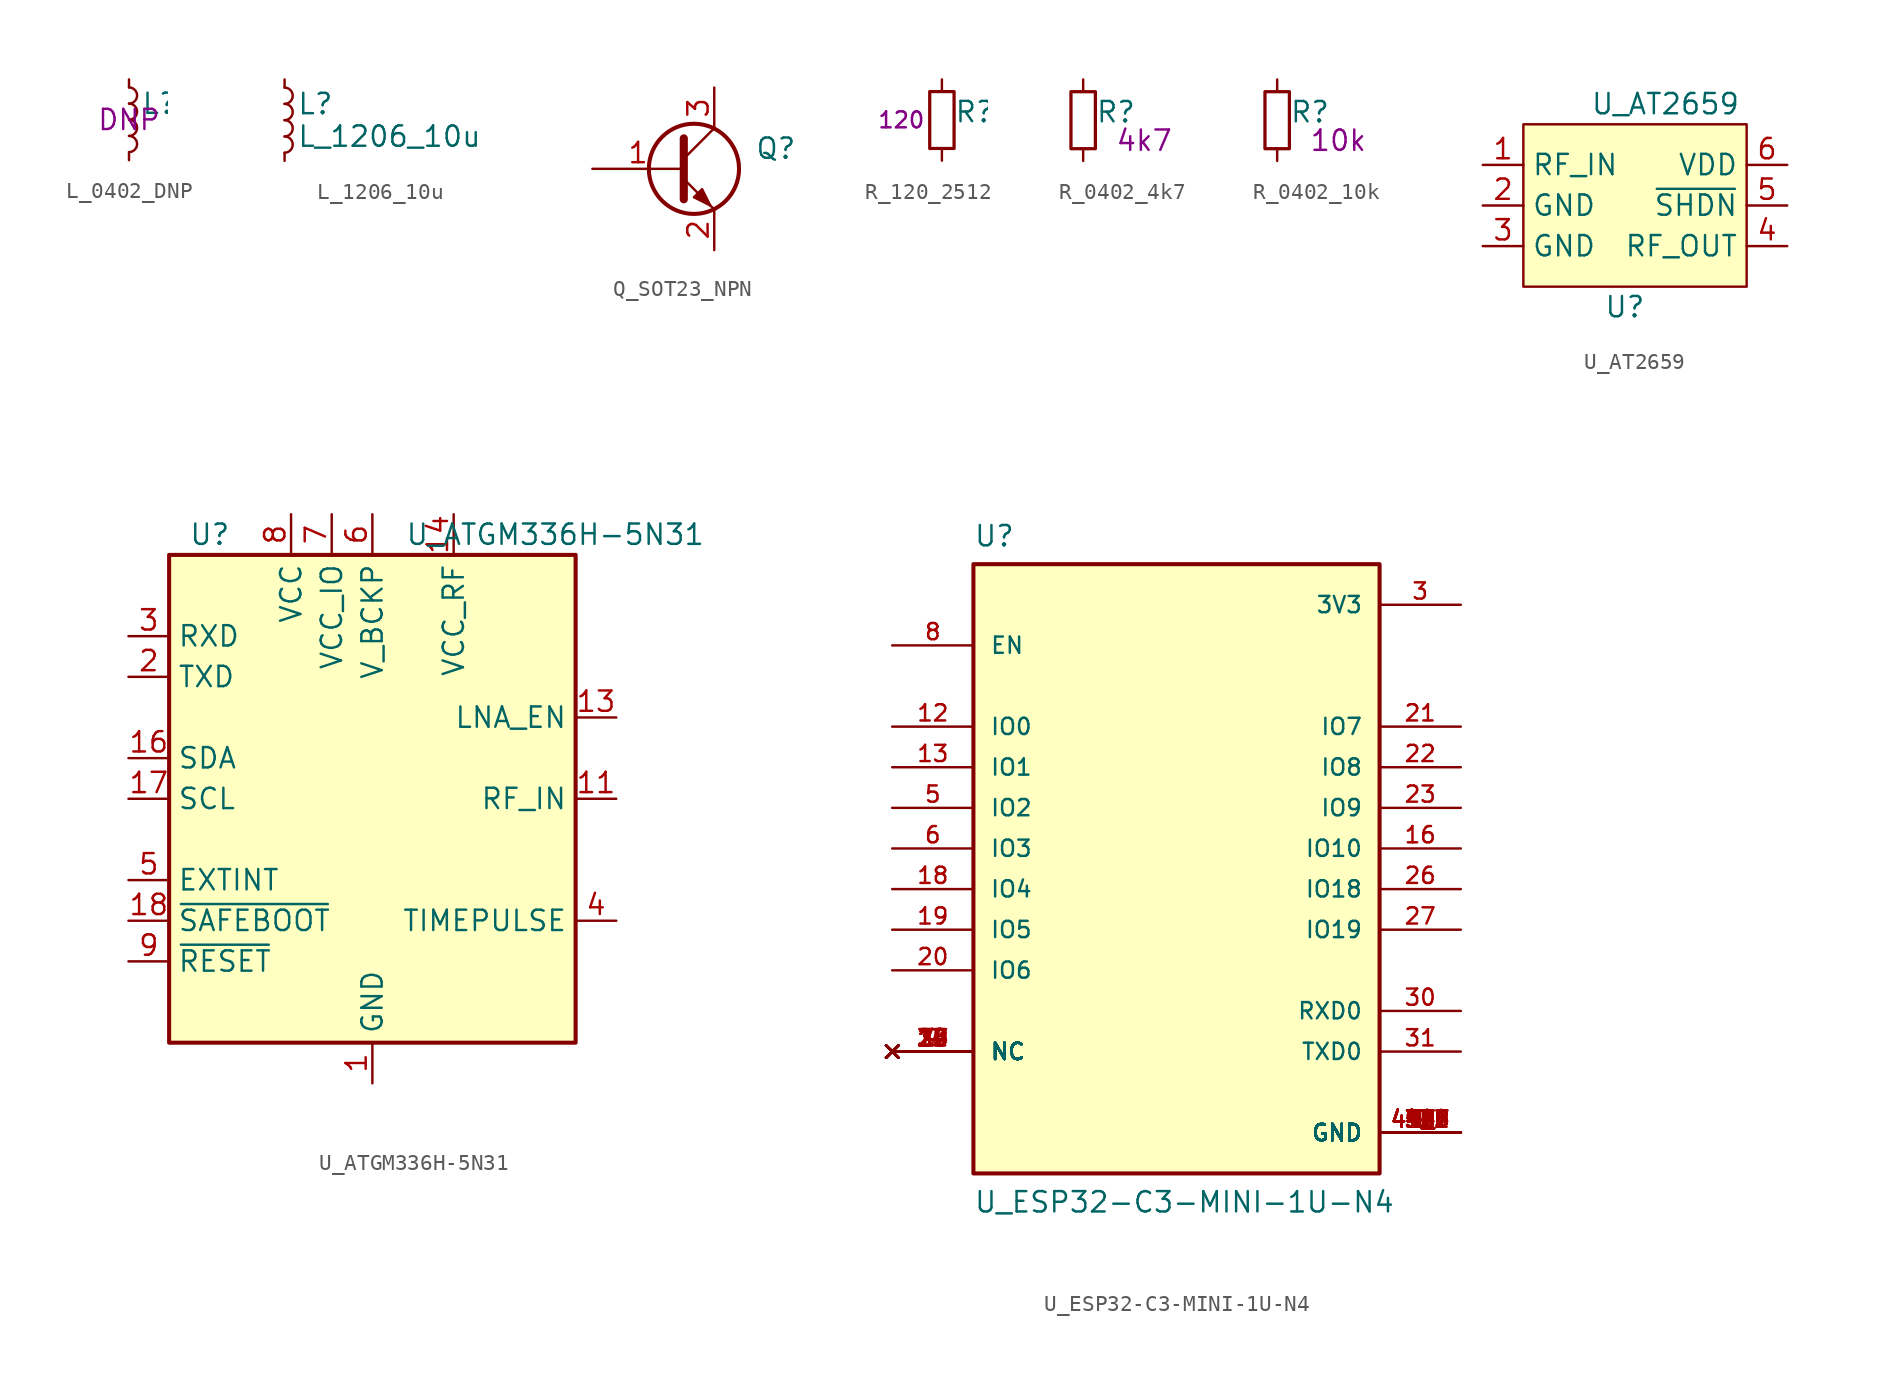
<source format=kicad_sym>
(kicad_symbol_lib
  (version 20211014)
  (generator kicad_symbol_editor)
  (symbol "L_0402_DNP"
    (pin_numbers hide)
    (pin_names
      (offset 0.254) hide)
    (property "Reference" "L"
      (at 0.762 1.016 0)
      (effects (font (size 1.27 1.27)) (justify left)))
    (property "Inductance" "DNP"
      (at 0 0 0)
      (effects (font (size 1.27 1.27))))
    (symbol "L_0402_DNP_0_1"
      (arc (start 0 -2.032) (mid 0.508 -1.524) (end 0 -1.016) (stroke (width 0) (type default) (color 0 0 0 0)) (fill (type none)))
      (arc (start 0 -1.016) (mid 0.508 -0.508) (end 0 0) (stroke (width 0) (type default) (color 0 0 0 0)) (fill (type none)))
      (arc (start 0 0) (mid 0.508 0.508) (end 0 1.016) (stroke (width 0) (type default) (color 0 0 0 0)) (fill (type none)))
      (arc (start 0 1.016) (mid 0.508 1.524) (end 0 2.032) (stroke (width 0) (type default) (color 0 0 0 0)) (fill (type none))))
    (symbol "L_0402_DNP_1_1"
      (pin passive line (at 0 2.54 270) (length 0.508) (name "~" (effects (font (size 1.27 1.27)))) (number "1" (effects (font (size 1.27 1.27)))))
      (pin passive line (at 0 -2.54 90) (length 0.508) (name "~" (effects (font (size 1.27 1.27)))) (number "2" (effects (font (size 1.27 1.27)))))))
  (symbol "L_1206_10u"
    (pin_numbers hide)
    (pin_names
      (offset 0.254) hide)
    (property "Reference" "L"
      (at 0.762 1.016 0)
      (effects (font (size 1.27 1.27)) (justify left)))
    (property "Value" "L_1206_10u"
      (at 0.762 -1.016 0)
      (effects (font (size 1.27 1.27)) (justify left)))
    (symbol "L_1206_10u_0_1"
      (arc (start 0 -2.032) (mid 0.508 -1.524) (end 0 -1.016) (stroke (width 0) (type default) (color 0 0 0 0)) (fill (type none)))
      (arc (start 0 -1.016) (mid 0.508 -0.508) (end 0 0) (stroke (width 0) (type default) (color 0 0 0 0)) (fill (type none)))
      (arc (start 0 0) (mid 0.508 0.508) (end 0 1.016) (stroke (width 0) (type default) (color 0 0 0 0)) (fill (type none)))
      (arc (start 0 1.016) (mid 0.508 1.524) (end 0 2.032) (stroke (width 0) (type default) (color 0 0 0 0)) (fill (type none))))
    (symbol "L_1206_10u_1_1"
      (pin passive line (at 0 2.54 270) (length 0.508) (name "~" (effects (font (size 1.27 1.27)))) (number "1" (effects (font (size 1.27 1.27)))))
      (pin passive line (at 0 -2.54 90) (length 0.508) (name "~" (effects (font (size 1.27 1.27)))) (number "2" (effects (font (size 1.27 1.27)))))))
  (symbol "Q_SOT23_NPN"
    (pin_names
      (offset 0) hide)
    (property "Reference" "Q"
      (at 5.08 1.27 0)
      (effects (font (size 1.27 1.27)) (justify left)))
    (symbol "Q_SOT23_NPN_0_1"
      (polyline (pts (xy 0.635 0.635) (xy 2.54 2.54)) (stroke (width 0) (type default) (color 0 0 0 0)) (fill (type none)))
      (polyline (pts (xy 0.635 -0.635) (xy 2.54 -2.54) (xy 2.54 -2.54)) (stroke (width 0) (type default) (color 0 0 0 0)) (fill (type none)))
      (polyline (pts (xy 0.635 1.905) (xy 0.635 -1.905) (xy 0.635 -1.905)) (stroke (width 0.508) (type default) (color 0 0 0 0)) (fill (type none)))
      (polyline (pts (xy 1.27 -1.778) (xy 1.778 -1.27) (xy 2.286 -2.286) (xy 1.27 -1.778) (xy 1.27 -1.778)) (stroke (width 0) (type default) (color 0 0 0 0)) (fill (type outline)))
      (circle (center 1.27 0) (radius 2.819) (stroke (width 0.254) (type default) (color 0 0 0 0)) (fill (type none))))
    (symbol "Q_SOT23_NPN_1_1"
      (pin input line (at -5.08 0 0) (length 5.715) (name "B" (effects (font (size 1.27 1.27)))) (number "1" (effects (font (size 1.27 1.27)))))
      (pin passive line (at 2.54 -5.08 90) (length 2.54) (name "E" (effects (font (size 1.27 1.27)))) (number "2" (effects (font (size 1.27 1.27)))))
      (pin passive line (at 2.54 5.08 270) (length 2.54) (name "C" (effects (font (size 1.27 1.27)))) (number "3" (effects (font (size 1.27 1.27)))))))
  (symbol "R_120_2512"
    (pin_numbers hide)
    (pin_names
      (offset 0.254) hide)
    (property "Reference" "R"
      (at 0.762 0.508 0)
      (effects (font (size 1.27 1.27)) (justify left)))
    (property "Resistance" "120"
      (at -2.54 0 0)
      (effects (font (size 1 1))))
    (symbol "R_120_2512_0_1"
      (rectangle (start -0.762 1.778) (end 0.762 -1.778) (stroke (width 0.203) (type default) (color 0 0 0 0)) (fill (type none))))
    (symbol "R_120_2512_1_1"
      (pin passive line (at 0 2.54 270) (length 0.762) (name "~" (effects (font (size 1.27 1.27)))) (number "1" (effects (font (size 1.27 1.27)))))
      (pin passive line (at 0 -2.54 90) (length 0.762) (name "~" (effects (font (size 1.27 1.27)))) (number "2" (effects (font (size 1.27 1.27)))))))
  (symbol "R_0402_4k7"
    (pin_numbers hide)
    (pin_names
      (offset 0.254) hide)
    (property "Reference" "R"
      (at 0.762 0.508 0)
      (effects (font (size 1.27 1.27)) (justify left)))
    (property "Resistance" "4k7"
      (at 3.81 -1.27 0)
      (effects (font (size 1.27 1.27))))
    (symbol "R_0402_4k7_0_1"
      (rectangle (start -0.762 1.778) (end 0.762 -1.778) (stroke (width 0.203) (type default) (color 0 0 0 0)) (fill (type none))))
    (symbol "R_0402_4k7_1_1"
      (pin passive line (at 0 2.54 270) (length 0.762) (name "~" (effects (font (size 1.27 1.27)))) (number "1" (effects (font (size 1.27 1.27)))))
      (pin passive line (at 0 -2.54 90) (length 0.762) (name "~" (effects (font (size 1.27 1.27)))) (number "2" (effects (font (size 1.27 1.27)))))))
  (symbol "R_0402_10k"
    (pin_numbers hide)
    (pin_names
      (offset 0.254) hide)
    (property "Reference" "R"
      (at 0.762 0.508 0)
      (effects (font (size 1.27 1.27)) (justify left)))
    (property "Resistance" "10k"
      (at 3.81 -1.27 0)
      (effects (font (size 1.27 1.27))))
    (symbol "R_0402_10k_0_1"
      (rectangle (start -0.762 1.778) (end 0.762 -1.778) (stroke (width 0.203) (type default) (color 0 0 0 0)) (fill (type none))))
    (symbol "R_0402_10k_1_1"
      (pin passive line (at 0 2.54 270) (length 0.762) (name "~" (effects (font (size 1.27 1.27)))) (number "1" (effects (font (size 1.27 1.27)))))
      (pin passive line (at 0 -2.54 90) (length 0.762) (name "~" (effects (font (size 1.27 1.27)))) (number "2" (effects (font (size 1.27 1.27)))))))
  (symbol "U_AT2659"
    (property "Reference" "U"
      (at -1.27 -6.35 0)
      (effects (font (size 1.27 1.27))))
    (property "Value" "U_AT2659"
      (at 1.27 6.35 0)
      (effects (font (size 1.27 1.27))))
    (symbol "U_AT2659_0_0"
      (pin input line (at -10.16 2.54 0) (length 2.54) (name "RF_IN" (effects (font (size 1.27 1.27)))) (number "1" (effects (font (size 1.27 1.27)))))
      (pin power_in line (at -10.16 0 0) (length 2.54) (name "GND" (effects (font (size 1.27 1.27)))) (number "2" (effects (font (size 1.27 1.27)))))
      (pin power_in line (at -10.16 -2.54 0) (length 2.54) (name "GND" (effects (font (size 1.27 1.27)))) (number "3" (effects (font (size 1.27 1.27)))))
      (pin output line (at 8.89 -2.54 180) (length 2.54) (name "RF_OUT" (effects (font (size 1.27 1.27)))) (number "4" (effects (font (size 1.27 1.27)))))
      (pin input line (at 8.89 0 180) (length 2.54) (name "~{SHDN}" (effects (font (size 1.27 1.27)))) (number "5" (effects (font (size 1.27 1.27)))))
      (pin power_in line (at 8.89 2.54 180) (length 2.54) (name "VDD" (effects (font (size 1.27 1.27)))) (number "6" (effects (font (size 1.27 1.27))))))
    (symbol "U_AT2659_0_1"
      (rectangle (start -7.62 5.08) (end 6.35 -5.08) (stroke (width 0) (type default) (color 0 0 0 0)) (fill (type background)))))
  (symbol "U_ATGM336H-5N31"
    (property "Reference" "U"
      (at -10.16 16.51 0)
      (effects (font (size 1.27 1.27))))
    (property "Value" "U_ATGM336H-5N31"
      (at 11.43 16.51 0)
      (effects (font (size 1.27 1.27))))
    (symbol "U_ATGM336H-5N31_0_1"
      (rectangle (start 12.7 15.24) (end -12.7 -15.24) (stroke (width 0.254) (type default) (color 0 0 0 0)) (fill (type background))))
    (symbol "U_ATGM336H-5N31_1_1"
      (pin power_in line (at 0 -17.78 90) (length 2.54) (name "GND" (effects (font (size 1.27 1.27)))) (number "1" (effects (font (size 1.27 1.27)))))
      (pin passive line (at 0 -17.78 90) (length 2.54) hide (name "GND" (effects (font (size 1.27 1.27)))) (number "10" (effects (font (size 1.27 1.27)))))
      (pin input line (at 15.24 0 180) (length 2.54) (name "RF_IN" (effects (font (size 1.27 1.27)))) (number "11" (effects (font (size 1.27 1.27)))))
      (pin passive line (at 0 -17.78 90) (length 2.54) hide (name "GND" (effects (font (size 1.27 1.27)))) (number "12" (effects (font (size 1.27 1.27)))))
      (pin output line (at 15.24 5.08 180) (length 2.54) (name "LNA_EN" (effects (font (size 1.27 1.27)))) (number "13" (effects (font (size 1.27 1.27)))))
      (pin power_out line (at 5.08 17.78 270) (length 2.54) (name "VCC_RF" (effects (font (size 1.27 1.27)))) (number "14" (effects (font (size 1.27 1.27)))))
      (pin no_connect line (at 12.7 -5.08 180) (length 2.54) hide (name "Reserved" (effects (font (size 1.27 1.27)))) (number "15" (effects (font (size 1.27 1.27)))))
      (pin bidirectional line (at -15.24 2.54 0) (length 2.54) (name "SDA" (effects (font (size 1.27 1.27)))) (number "16" (effects (font (size 1.27 1.27)))))
      (pin input line (at -15.24 0 0) (length 2.54) (name "SCL" (effects (font (size 1.27 1.27)))) (number "17" (effects (font (size 1.27 1.27)))))
      (pin input line (at -15.24 -7.62 0) (length 2.54) (name "~{SAFEBOOT}" (effects (font (size 1.27 1.27)))) (number "18" (effects (font (size 1.27 1.27)))))
      (pin output line (at -15.24 7.62 0) (length 2.54) (name "TXD" (effects (font (size 1.27 1.27)))) (number "2" (effects (font (size 1.27 1.27)))))
      (pin input line (at -15.24 10.16 0) (length 2.54) (name "RXD" (effects (font (size 1.27 1.27)))) (number "3" (effects (font (size 1.27 1.27)))))
      (pin output line (at 15.24 -7.62 180) (length 2.54) (name "TIMEPULSE" (effects (font (size 1.27 1.27)))) (number "4" (effects (font (size 1.27 1.27)))))
      (pin input line (at -15.24 -5.08 0) (length 2.54) (name "EXTINT" (effects (font (size 1.27 1.27)))) (number "5" (effects (font (size 1.27 1.27)))))
      (pin power_in line (at 0 17.78 270) (length 2.54) (name "V_BCKP" (effects (font (size 1.27 1.27)))) (number "6" (effects (font (size 1.27 1.27)))))
      (pin power_in line (at -2.54 17.78 270) (length 2.54) (name "VCC_IO" (effects (font (size 1.27 1.27)))) (number "7" (effects (font (size 1.27 1.27)))))
      (pin power_in line (at -5.08 17.78 270) (length 2.54) (name "VCC" (effects (font (size 1.27 1.27)))) (number "8" (effects (font (size 1.27 1.27)))))
      (pin input line (at -15.24 -10.16 0) (length 2.54) (name "~{RESET}" (effects (font (size 1.27 1.27)))) (number "9" (effects (font (size 1.27 1.27)))))))
  (symbol "U_ESP32-C3-MINI-1U-N4"
    (pin_names
      (offset 1.016))
    (property "Reference" "U"
      (at -12.7 18.796 0)
      (effects (font (size 1.27 1.27)) (justify left bottom)))
    (property "Value" "U_ESP32-C3-MINI-1U-N4"
      (at -12.7 -22.86 0)
      (effects (font (size 1.27 1.27)) (justify left bottom)))
    (symbol "U_ESP32-C3-MINI-1U-N4_0_0"
      (rectangle (start -12.7 -20.32) (end 12.7 17.78) (stroke (width 0.254) (type default) (color 0 0 0 0)) (fill (type background)))
      (pin power_in line (at 17.78 -17.78 180) (length 5.08) (name "GND" (effects (font (size 1.016 1.016)))) (number "1" (effects (font (size 1.016 1.016)))))
      (pin no_connect line (at -17.78 -12.7 0) (length 5.08) (name "NC" (effects (font (size 1.016 1.016)))) (number "10" (effects (font (size 1.016 1.016)))))
      (pin power_in line (at 17.78 -17.78 180) (length 5.08) (name "GND" (effects (font (size 1.016 1.016)))) (number "11" (effects (font (size 1.016 1.016)))))
      (pin bidirectional line (at -17.78 7.62 0) (length 5.08) (name "IO0" (effects (font (size 1.016 1.016)))) (number "12" (effects (font (size 1.016 1.016)))))
      (pin bidirectional line (at -17.78 5.08 0) (length 5.08) (name "IO1" (effects (font (size 1.016 1.016)))) (number "13" (effects (font (size 1.016 1.016)))))
      (pin power_in line (at 17.78 -17.78 180) (length 5.08) (name "GND" (effects (font (size 1.016 1.016)))) (number "14" (effects (font (size 1.016 1.016)))))
      (pin no_connect line (at -17.78 -12.7 0) (length 5.08) (name "NC" (effects (font (size 1.016 1.016)))) (number "15" (effects (font (size 1.016 1.016)))))
      (pin bidirectional line (at 17.78 0 180) (length 5.08) (name "IO10" (effects (font (size 1.016 1.016)))) (number "16" (effects (font (size 1.016 1.016)))))
      (pin no_connect line (at -17.78 -12.7 0) (length 5.08) (name "NC" (effects (font (size 1.016 1.016)))) (number "17" (effects (font (size 1.016 1.016)))))
      (pin bidirectional line (at -17.78 -2.54 0) (length 5.08) (name "IO4" (effects (font (size 1.016 1.016)))) (number "18" (effects (font (size 1.016 1.016)))))
      (pin bidirectional line (at -17.78 -5.08 0) (length 5.08) (name "IO5" (effects (font (size 1.016 1.016)))) (number "19" (effects (font (size 1.016 1.016)))))
      (pin power_in line (at 17.78 -17.78 180) (length 5.08) (name "GND" (effects (font (size 1.016 1.016)))) (number "2" (effects (font (size 1.016 1.016)))))
      (pin bidirectional line (at -17.78 -7.62 0) (length 5.08) (name "IO6" (effects (font (size 1.016 1.016)))) (number "20" (effects (font (size 1.016 1.016)))))
      (pin bidirectional line (at 17.78 7.62 180) (length 5.08) (name "IO7" (effects (font (size 1.016 1.016)))) (number "21" (effects (font (size 1.016 1.016)))))
      (pin bidirectional line (at 17.78 5.08 180) (length 5.08) (name "IO8" (effects (font (size 1.016 1.016)))) (number "22" (effects (font (size 1.016 1.016)))))
      (pin bidirectional line (at 17.78 2.54 180) (length 5.08) (name "IO9" (effects (font (size 1.016 1.016)))) (number "23" (effects (font (size 1.016 1.016)))))
      (pin no_connect line (at -17.78 -12.7 0) (length 5.08) (name "NC" (effects (font (size 1.016 1.016)))) (number "24" (effects (font (size 1.016 1.016)))))
      (pin no_connect line (at -17.78 -12.7 0) (length 5.08) (name "NC" (effects (font (size 1.016 1.016)))) (number "25" (effects (font (size 1.016 1.016)))))
      (pin bidirectional line (at 17.78 -2.54 180) (length 5.08) (name "IO18" (effects (font (size 1.016 1.016)))) (number "26" (effects (font (size 1.016 1.016)))))
      (pin bidirectional line (at 17.78 -5.08 180) (length 5.08) (name "IO19" (effects (font (size 1.016 1.016)))) (number "27" (effects (font (size 1.016 1.016)))))
      (pin no_connect line (at -17.78 -12.7 0) (length 5.08) (name "NC" (effects (font (size 1.016 1.016)))) (number "28" (effects (font (size 1.016 1.016)))))
      (pin no_connect line (at -17.78 -12.7 0) (length 5.08) (name "NC" (effects (font (size 1.016 1.016)))) (number "29" (effects (font (size 1.016 1.016)))))
      (pin power_in line (at 17.78 15.24 180) (length 5.08) (name "3V3" (effects (font (size 1.016 1.016)))) (number "3" (effects (font (size 1.016 1.016)))))
      (pin bidirectional line (at 17.78 -10.16 180) (length 5.08) (name "RXD0" (effects (font (size 1.016 1.016)))) (number "30" (effects (font (size 1.016 1.016)))))
      (pin bidirectional line (at 17.78 -12.7 180) (length 5.08) (name "TXD0" (effects (font (size 1.016 1.016)))) (number "31" (effects (font (size 1.016 1.016)))))
      (pin no_connect line (at -17.78 -12.7 0) (length 5.08) (name "NC" (effects (font (size 1.016 1.016)))) (number "32" (effects (font (size 1.016 1.016)))))
      (pin no_connect line (at -17.78 -12.7 0) (length 5.08) (name "NC" (effects (font (size 1.016 1.016)))) (number "33" (effects (font (size 1.016 1.016)))))
      (pin no_connect line (at -17.78 -12.7 0) (length 5.08) (name "NC" (effects (font (size 1.016 1.016)))) (number "34" (effects (font (size 1.016 1.016)))))
      (pin no_connect line (at -17.78 -12.7 0) (length 5.08) (name "NC" (effects (font (size 1.016 1.016)))) (number "35" (effects (font (size 1.016 1.016)))))
      (pin power_in line (at 17.78 -17.78 180) (length 5.08) (name "GND" (effects (font (size 1.016 1.016)))) (number "36" (effects (font (size 1.016 1.016)))))
      (pin power_in line (at 17.78 -17.78 180) (length 5.08) (name "GND" (effects (font (size 1.016 1.016)))) (number "37" (effects (font (size 1.016 1.016)))))
      (pin power_in line (at 17.78 -17.78 180) (length 5.08) (name "GND" (effects (font (size 1.016 1.016)))) (number "38" (effects (font (size 1.016 1.016)))))
      (pin power_in line (at 17.78 -17.78 180) (length 5.08) (name "GND" (effects (font (size 1.016 1.016)))) (number "39" (effects (font (size 1.016 1.016)))))
      (pin no_connect line (at -17.78 -12.7 0) (length 5.08) (name "NC" (effects (font (size 1.016 1.016)))) (number "4" (effects (font (size 1.016 1.016)))))
      (pin power_in line (at 17.78 -17.78 180) (length 5.08) (name "GND" (effects (font (size 1.016 1.016)))) (number "40" (effects (font (size 1.016 1.016)))))
      (pin power_in line (at 17.78 -17.78 180) (length 5.08) (name "GND" (effects (font (size 1.016 1.016)))) (number "41" (effects (font (size 1.016 1.016)))))
      (pin power_in line (at 17.78 -17.78 180) (length 5.08) (name "GND" (effects (font (size 1.016 1.016)))) (number "42" (effects (font (size 1.016 1.016)))))
      (pin power_in line (at 17.78 -17.78 180) (length 5.08) (name "GND" (effects (font (size 1.016 1.016)))) (number "43" (effects (font (size 1.016 1.016)))))
      (pin power_in line (at 17.78 -17.78 180) (length 5.08) (name "GND" (effects (font (size 1.016 1.016)))) (number "44" (effects (font (size 1.016 1.016)))))
      (pin power_in line (at 17.78 -17.78 180) (length 5.08) (name "GND" (effects (font (size 1.016 1.016)))) (number "45" (effects (font (size 1.016 1.016)))))
      (pin power_in line (at 17.78 -17.78 180) (length 5.08) (name "GND" (effects (font (size 1.016 1.016)))) (number "46" (effects (font (size 1.016 1.016)))))
      (pin power_in line (at 17.78 -17.78 180) (length 5.08) (name "GND" (effects (font (size 1.016 1.016)))) (number "47" (effects (font (size 1.016 1.016)))))
      (pin power_in line (at 17.78 -17.78 180) (length 5.08) (name "GND" (effects (font (size 1.016 1.016)))) (number "48" (effects (font (size 1.016 1.016)))))
      (pin power_in line (at 17.78 -17.78 180) (length 5.08) (name "GND" (effects (font (size 1.016 1.016)))) (number "49_1" (effects (font (size 1.016 1.016)))))
      (pin power_in line (at 17.78 -17.78 180) (length 5.08) (name "GND" (effects (font (size 1.016 1.016)))) (number "49_2" (effects (font (size 1.016 1.016)))))
      (pin power_in line (at 17.78 -17.78 180) (length 5.08) (name "GND" (effects (font (size 1.016 1.016)))) (number "49_3" (effects (font (size 1.016 1.016)))))
      (pin power_in line (at 17.78 -17.78 180) (length 5.08) (name "GND" (effects (font (size 1.016 1.016)))) (number "49_4" (effects (font (size 1.016 1.016)))))
      (pin power_in line (at 17.78 -17.78 180) (length 5.08) (name "GND" (effects (font (size 1.016 1.016)))) (number "49_5" (effects (font (size 1.016 1.016)))))
      (pin power_in line (at 17.78 -17.78 180) (length 5.08) (name "GND" (effects (font (size 1.016 1.016)))) (number "49_6" (effects (font (size 1.016 1.016)))))
      (pin power_in line (at 17.78 -17.78 180) (length 5.08) (name "GND" (effects (font (size 1.016 1.016)))) (number "49_7" (effects (font (size 1.016 1.016)))))
      (pin power_in line (at 17.78 -17.78 180) (length 5.08) (name "GND" (effects (font (size 1.016 1.016)))) (number "49_8" (effects (font (size 1.016 1.016)))))
      (pin power_in line (at 17.78 -17.78 180) (length 5.08) (name "GND" (effects (font (size 1.016 1.016)))) (number "49_9" (effects (font (size 1.016 1.016)))))
      (pin bidirectional line (at -17.78 2.54 0) (length 5.08) (name "IO2" (effects (font (size 1.016 1.016)))) (number "5" (effects (font (size 1.016 1.016)))))
      (pin power_in line (at 17.78 -17.78 180) (length 5.08) (name "GND" (effects (font (size 1.016 1.016)))) (number "50" (effects (font (size 1.016 1.016)))))
      (pin power_in line (at 17.78 -17.78 180) (length 5.08) (name "GND" (effects (font (size 1.016 1.016)))) (number "51" (effects (font (size 1.016 1.016)))))
      (pin power_in line (at 17.78 -17.78 180) (length 5.08) (name "GND" (effects (font (size 1.016 1.016)))) (number "52" (effects (font (size 1.016 1.016)))))
      (pin power_in line (at 17.78 -17.78 180) (length 5.08) (name "GND" (effects (font (size 1.016 1.016)))) (number "53" (effects (font (size 1.016 1.016)))))
      (pin bidirectional line (at -17.78 0 0) (length 5.08) (name "IO3" (effects (font (size 1.016 1.016)))) (number "6" (effects (font (size 1.016 1.016)))))
      (pin no_connect line (at -17.78 -12.7 0) (length 5.08) (name "NC" (effects (font (size 1.016 1.016)))) (number "7" (effects (font (size 1.016 1.016)))))
      (pin input line (at -17.78 12.7 0) (length 5.08) (name "EN" (effects (font (size 1.016 1.016)))) (number "8" (effects (font (size 1.016 1.016)))))
      (pin no_connect line (at -17.78 -12.7 0) (length 5.08) (name "NC" (effects (font (size 1.016 1.016)))) (number "9" (effects (font (size 1.016 1.016))))))))
</source>
